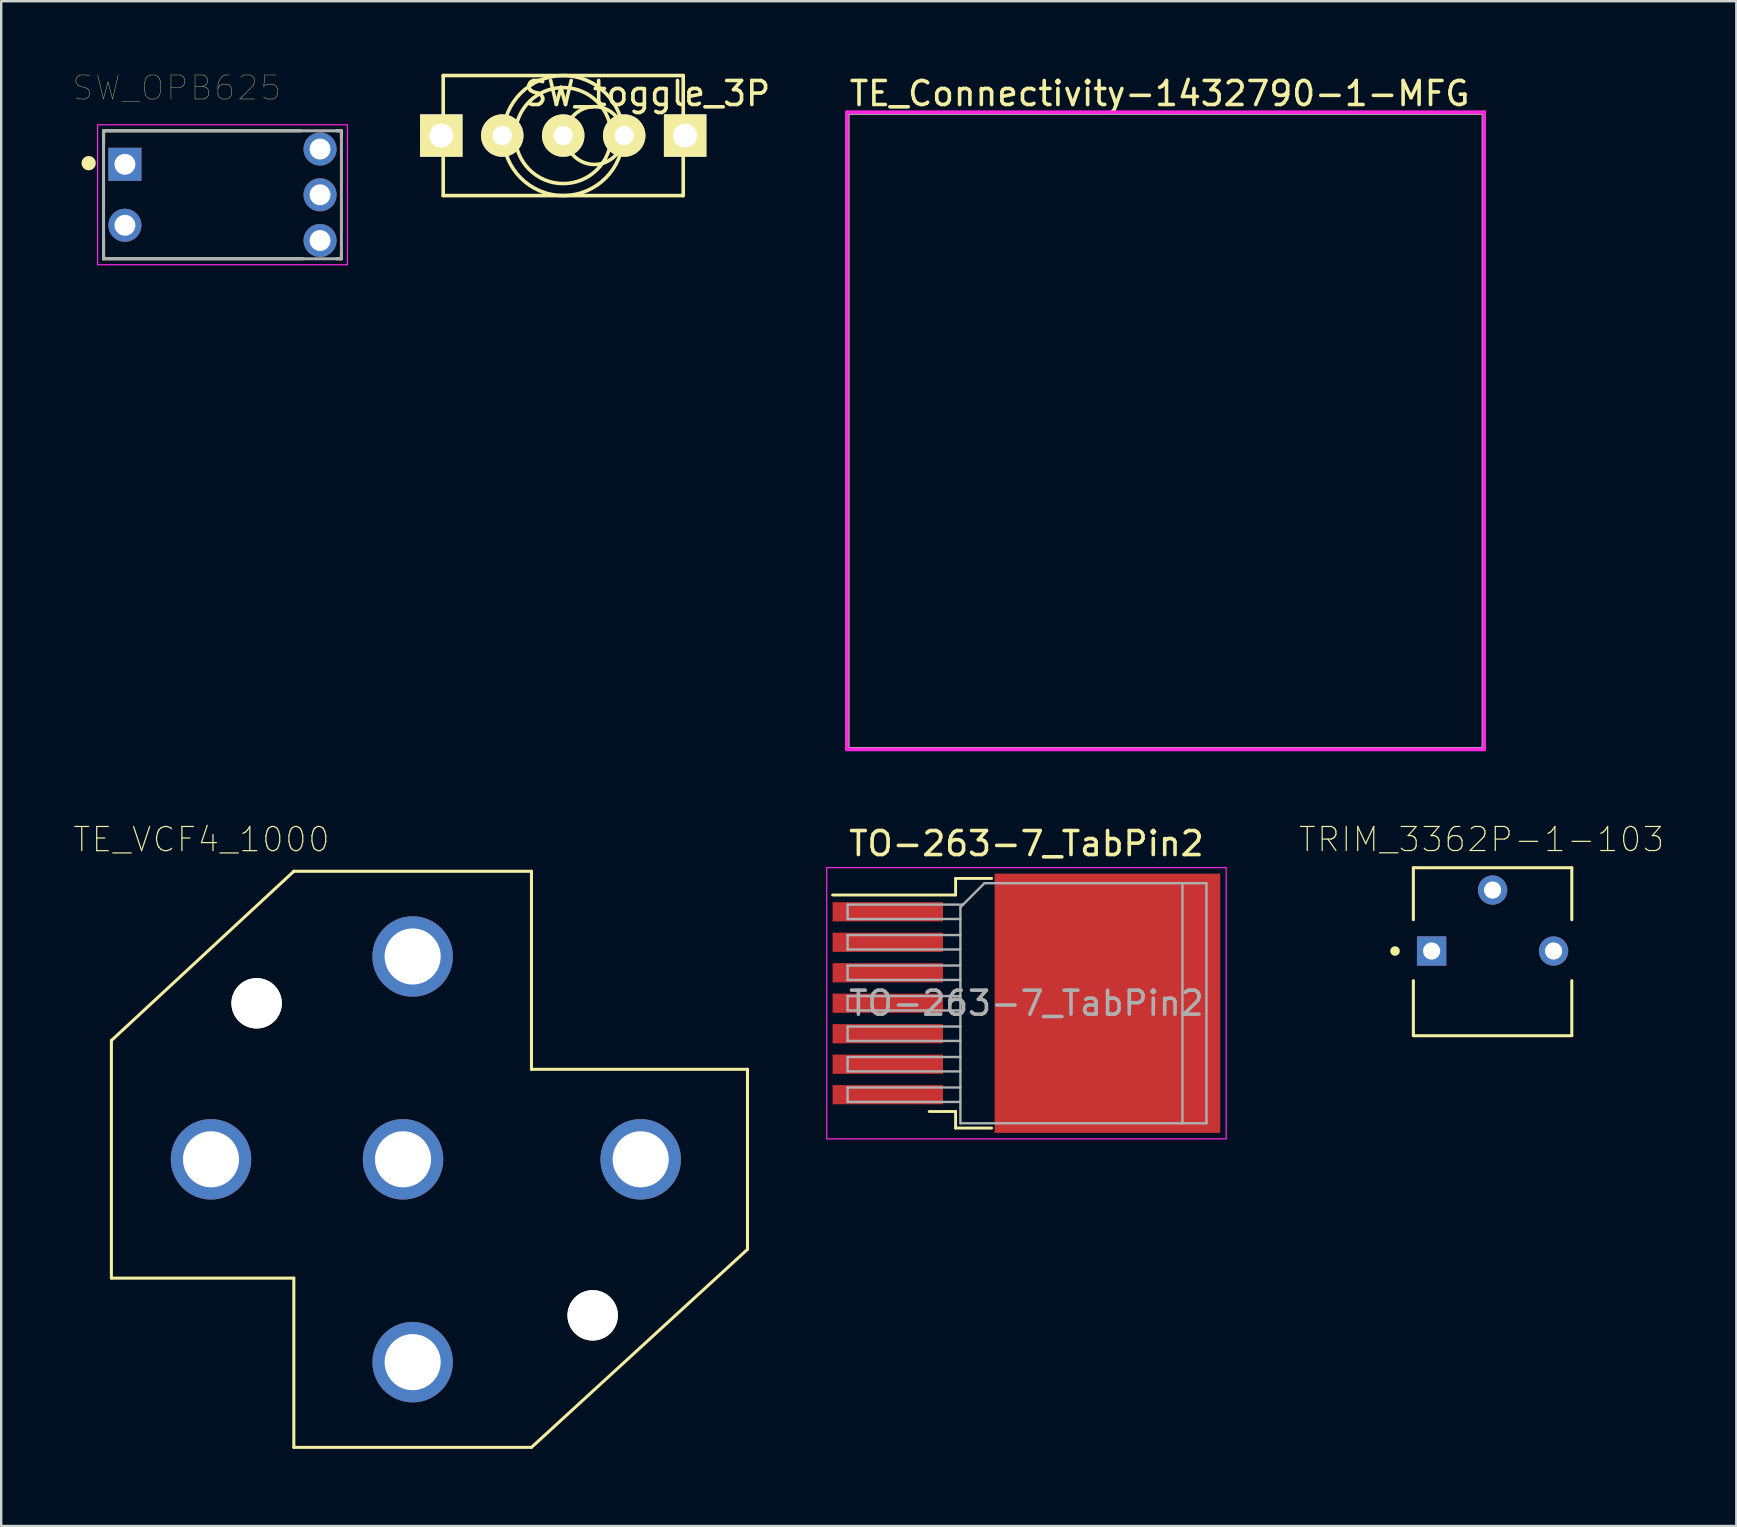
<source format=kicad_pcb>
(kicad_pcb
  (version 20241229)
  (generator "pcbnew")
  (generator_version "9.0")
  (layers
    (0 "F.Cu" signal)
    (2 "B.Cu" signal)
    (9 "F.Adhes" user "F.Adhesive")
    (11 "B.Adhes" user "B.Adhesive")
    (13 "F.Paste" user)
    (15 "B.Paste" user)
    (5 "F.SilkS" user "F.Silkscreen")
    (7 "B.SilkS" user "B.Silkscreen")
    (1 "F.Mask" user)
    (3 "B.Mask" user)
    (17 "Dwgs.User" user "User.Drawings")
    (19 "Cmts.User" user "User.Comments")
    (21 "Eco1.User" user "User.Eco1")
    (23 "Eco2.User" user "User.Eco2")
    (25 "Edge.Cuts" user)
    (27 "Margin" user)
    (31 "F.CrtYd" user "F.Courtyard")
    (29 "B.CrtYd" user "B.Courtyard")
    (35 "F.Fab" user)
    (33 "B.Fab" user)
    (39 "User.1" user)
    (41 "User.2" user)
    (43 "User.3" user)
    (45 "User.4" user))
  (footprint "TE_VCF4_1000"
    (layer "F.Cu")
    (at 14.141 45.248)
    (property "Reference" "TE_VCF4_1000" (at -8.798 -13.323 0) (layer "F.SilkS") (effects (font (size 1.007 1.007) (thickness 0.05))))
    (attr through_hole)
    (fp_line (start -12.55 -4.95) (end -4.95 -12) (stroke (width 0.127) (type solid)) (layer "F.SilkS"))
    (fp_line (start -12.55 4.95) (end -12.55 -4.95) (stroke (width 0.127) (type solid)) (layer "F.SilkS"))
    (fp_line (start -4.95 -12) (end 4.95 -12) (stroke (width 0.127) (type solid)) (layer "F.SilkS"))
    (fp_line (start -4.95 4.95) (end -12.55 4.95) (stroke (width 0.127) (type solid)) (layer "F.SilkS"))
    (fp_line (start -4.95 12) (end -4.95 4.95) (stroke (width 0.127) (type solid)) (layer "F.SilkS"))
    (fp_line (start 4.95 -12) (end 4.95 -3.75) (stroke (width 0.127) (type solid)) (layer "F.SilkS"))
    (fp_line (start 4.95 -3.75) (end 13.95 -3.75) (stroke (width 0.127) (type solid)) (layer "F.SilkS"))
    (fp_line (start 4.95 12) (end -4.95 12) (stroke (width 0.127) (type solid)) (layer "F.SilkS"))
    (fp_line (start 4.95 12) (end 13.95 3.75) (stroke (width 0.127) (type solid)) (layer "F.SilkS"))
    (fp_line (start 13.95 -3.75) (end 13.95 3.75) (stroke (width 0.127) (type solid)) (layer "F.SilkS"))
    (fp_line (start -12.8 -12.25) (end 14.2 -12.25) (stroke (width 0.05) (type solid)) (layer "Eco1.User"))
    (fp_line (start -12.8 12.25) (end -12.8 -12.25) (stroke (width 0.05) (type solid)) (layer "Eco1.User"))
    (fp_line (start 14.2 -12.25) (end 14.2 12.25) (stroke (width 0.05) (type solid)) (layer "Eco1.User"))
    (fp_line (start 14.2 12.25) (end -12.8 12.25) (stroke (width 0.05) (type solid)) (layer "Eco1.User"))
    (fp_line (start -12.55 -4.95) (end -4.95 -12) (stroke (width 0.127) (type solid)) (layer "Eco2.User"))
    (fp_line (start -12.55 4.95) (end -12.55 -4.95) (stroke (width 0.127) (type solid)) (layer "Eco2.User"))
    (fp_line (start -4.95 -12) (end 4.95 -12) (stroke (width 0.127) (type solid)) (layer "Eco2.User"))
    (fp_line (start -4.95 4.95) (end -12.55 4.95) (stroke (width 0.127) (type solid)) (layer "Eco2.User"))
    (fp_line (start -4.95 12) (end -4.95 4.95) (stroke (width 0.127) (type solid)) (layer "Eco2.User"))
    (fp_line (start 4.95 -12) (end 4.95 -3.75) (stroke (width 0.127) (type solid)) (layer "Eco2.User"))
    (fp_line (start 4.95 -3.75) (end 13.95 -3.75) (stroke (width 0.127) (type solid)) (layer "Eco2.User"))
    (fp_line (start 4.95 12) (end -4.95 12) (stroke (width 0.127) (type solid)) (layer "Eco2.User"))
    (fp_line (start 4.95 12) (end 13.95 3.75) (stroke (width 0.127) (type solid)) (layer "Eco2.User"))
    (fp_line (start 13.95 -3.75) (end 13.95 3.75) (stroke (width 0.127) (type solid)) (layer "Eco2.User"))
    (pad "" np_thru_hole circle (at -6.5 -6.5) (size 2.1 2.1) (drill 2.1) (layers "*.Cu" "*.Mask" "F.SilkS"))
    (pad "" np_thru_hole circle (at 7.5 6.5) (size 2.1 2.1) (drill 2.1) (layers "*.Cu" "*.Mask" "F.SilkS"))
    (pad "30" thru_hole circle (at 9.5 0) (size 3.353 3.353) (drill 2.337) (layers "*.Cu" "*.Mask"))
    (pad "85" thru_hole circle (at 0 8.45) (size 3.353 3.353) (drill 2.337) (layers "*.Cu" "*.Mask"))
    (pad "86" thru_hole circle (at 0 -8.45) (size 3.353 3.353) (drill 2.337) (layers "*.Cu" "*.Mask"))
    (pad "87" thru_hole circle (at -8.4 0) (size 3.353 3.353) (drill 2.337) (layers "*.Cu" "*.Mask"))
    (pad "87A" thru_hole circle (at -0.4 0) (size 3.353 3.353) (drill 2.337) (layers "*.Cu" "*.Mask")))
  (footprint "TRIM_3362P-1-103"
    (layer "F.Cu")
    (at 59.132 36.57)
    (property "Reference" "TRIM_3362P-1-103" (at -0.461 -4.648 0) (layer "F.SilkS") (effects (font (size 1.003 1.003) (thickness 0.05))))
    (attr through_hole)
    (fp_line (start -3.3 -3.47) (end 3.3 -3.47) (stroke (width 0.127) (type solid)) (layer "F.SilkS"))
    (fp_line (start -3.3 -1.305) (end -3.3 -3.47) (stroke (width 0.127) (type solid)) (layer "F.SilkS"))
    (fp_line (start -3.3 3.52) (end -3.3 1.235) (stroke (width 0.127) (type solid)) (layer "F.SilkS"))
    (fp_line (start 3.3 -3.47) (end 3.3 -1.305) (stroke (width 0.127) (type solid)) (layer "F.SilkS"))
    (fp_line (start 3.3 1.235) (end 3.3 3.52) (stroke (width 0.127) (type solid)) (layer "F.SilkS"))
    (fp_line (start 3.3 3.53) (end -3.3 3.53) (stroke (width 0.127) (type solid)) (layer "F.SilkS"))
    (fp_circle (center -4.064 0) (end -3.964 0) (stroke (width 0.2) (type solid)) (fill no) (layer "F.SilkS"))
    (fp_line (start -3.55 -3.72) (end 3.55 -3.72) (stroke (width 0.05) (type solid)) (layer "Eco1.User"))
    (fp_line (start -3.55 3.78) (end -3.55 -3.72) (stroke (width 0.05) (type solid)) (layer "Eco1.User"))
    (fp_line (start 3.55 -3.72) (end 3.55 3.78) (stroke (width 0.05) (type solid)) (layer "Eco1.User"))
    (fp_line (start 3.55 3.78) (end -3.55 3.78) (stroke (width 0.05) (type solid)) (layer "Eco1.User"))
    (fp_line (start -3.3 -3.47) (end 3.3 -3.47) (stroke (width 0.127) (type solid)) (layer "Eco2.User"))
    (fp_line (start -3.3 3.53) (end -3.3 -3.47) (stroke (width 0.127) (type solid)) (layer "Eco2.User"))
    (fp_line (start 3.3 -3.47) (end 3.3 3.53) (stroke (width 0.127) (type solid)) (layer "Eco2.User"))
    (fp_line (start 3.3 3.53) (end -3.3 3.53) (stroke (width 0.127) (type solid)) (layer "Eco2.User"))
    (pad "1" thru_hole rect (at -2.54 0 180) (size 1.222 1.222) (drill 0.714) (layers "*.Cu" "*.Mask"))
    (pad "2" thru_hole circle (at 0 -2.54 180) (size 1.222 1.222) (drill 0.714) (layers "*.Cu" "*.Mask"))
    (pad "3" thru_hole circle (at 2.54 0 180) (size 1.222 1.222) (drill 0.714) (layers "*.Cu" "*.Mask")))
  (footprint "TO-263-7_TabPin2"
    (layer "F.Cu")
    (at 39.711 38.746)
    (property "Reference" "TO-263-7_TabPin2" (at 0 -6.65 0) (layer "F.SilkS") (effects (font (size 1 1) (thickness 0.15))))
    (attr smd)
    (fp_line (start -2.95 -5.2) (end -2.95 -4.51) (stroke (width 0.12) (type solid)) (layer "F.SilkS"))
    (fp_line (start -2.95 -4.51) (end -8.075 -4.51) (stroke (width 0.12) (type solid)) (layer "F.SilkS"))
    (fp_line (start -2.95 4.51) (end -4.05 4.51) (stroke (width 0.12) (type solid)) (layer "F.SilkS"))
    (fp_line (start -2.95 5.2) (end -2.95 4.51) (stroke (width 0.12) (type solid)) (layer "F.SilkS"))
    (fp_line (start -1.45 -5.2) (end -2.95 -5.2) (stroke (width 0.12) (type solid)) (layer "F.SilkS"))
    (fp_line (start -1.45 5.2) (end -2.95 5.2) (stroke (width 0.12) (type solid)) (layer "F.SilkS"))
    (fp_line (start -8.32 -5.65) (end -8.32 5.65) (stroke (width 0.05) (type solid)) (layer "F.CrtYd"))
    (fp_line (start -8.32 5.65) (end 8.32 5.65) (stroke (width 0.05) (type solid)) (layer "F.CrtYd"))
    (fp_line (start 8.32 -5.65) (end -8.32 -5.65) (stroke (width 0.05) (type solid)) (layer "F.CrtYd"))
    (fp_line (start 8.32 5.65) (end 8.32 -5.65) (stroke (width 0.05) (type solid)) (layer "F.CrtYd"))
    (fp_line (start -7.45 -4.11) (end -7.45 -3.51) (stroke (width 0.1) (type solid)) (layer "F.Fab"))
    (fp_line (start -7.45 -3.51) (end -2.75 -3.51) (stroke (width 0.1) (type solid)) (layer "F.Fab"))
    (fp_line (start -7.45 -2.84) (end -7.45 -2.24) (stroke (width 0.1) (type solid)) (layer "F.Fab"))
    (fp_line (start -7.45 -2.24) (end -2.75 -2.24) (stroke (width 0.1) (type solid)) (layer "F.Fab"))
    (fp_line (start -7.45 -1.57) (end -7.45 -0.97) (stroke (width 0.1) (type solid)) (layer "F.Fab"))
    (fp_line (start -7.45 -0.97) (end -2.75 -0.97) (stroke (width 0.1) (type solid)) (layer "F.Fab"))
    (fp_line (start -7.45 -0.3) (end -7.45 0.3) (stroke (width 0.1) (type solid)) (layer "F.Fab"))
    (fp_line (start -7.45 0.3) (end -2.75 0.3) (stroke (width 0.1) (type solid)) (layer "F.Fab"))
    (fp_line (start -7.45 0.97) (end -7.45 1.57) (stroke (width 0.1) (type solid)) (layer "F.Fab"))
    (fp_line (start -7.45 1.57) (end -2.75 1.57) (stroke (width 0.1) (type solid)) (layer "F.Fab"))
    (fp_line (start -7.45 2.24) (end -7.45 2.84) (stroke (width 0.1) (type solid)) (layer "F.Fab"))
    (fp_line (start -7.45 2.84) (end -2.75 2.84) (stroke (width 0.1) (type solid)) (layer "F.Fab"))
    (fp_line (start -7.45 3.51) (end -7.45 4.11) (stroke (width 0.1) (type solid)) (layer "F.Fab"))
    (fp_line (start -7.45 4.11) (end -2.75 4.11) (stroke (width 0.1) (type solid)) (layer "F.Fab"))
    (fp_line (start -2.75 -4) (end -1.75 -5) (stroke (width 0.1) (type solid)) (layer "F.Fab"))
    (fp_line (start -2.75 -2.84) (end -7.45 -2.84) (stroke (width 0.1) (type solid)) (layer "F.Fab"))
    (fp_line (start -2.75 -1.57) (end -7.45 -1.57) (stroke (width 0.1) (type solid)) (layer "F.Fab"))
    (fp_line (start -2.75 -0.3) (end -7.45 -0.3) (stroke (width 0.1) (type solid)) (layer "F.Fab"))
    (fp_line (start -2.75 0.97) (end -7.45 0.97) (stroke (width 0.1) (type solid)) (layer "F.Fab"))
    (fp_line (start -2.75 2.24) (end -7.45 2.24) (stroke (width 0.1) (type solid)) (layer "F.Fab"))
    (fp_line (start -2.75 3.51) (end -7.45 3.51) (stroke (width 0.1) (type solid)) (layer "F.Fab"))
    (fp_line (start -2.75 5) (end -2.75 -4) (stroke (width 0.1) (type solid)) (layer "F.Fab"))
    (fp_line (start -2.64 -4.11) (end -7.45 -4.11) (stroke (width 0.1) (type solid)) (layer "F.Fab"))
    (fp_line (start -1.75 -5) (end 6.5 -5) (stroke (width 0.1) (type solid)) (layer "F.Fab"))
    (fp_line (start 6.5 -5) (end 6.5 5) (stroke (width 0.1) (type solid)) (layer "F.Fab"))
    (fp_line (start 6.5 -5) (end 7.5 -5) (stroke (width 0.1) (type solid)) (layer "F.Fab"))
    (fp_line (start 6.5 5) (end -2.75 5) (stroke (width 0.1) (type solid)) (layer "F.Fab"))
    (fp_line (start 7.5 -5) (end 7.5 5) (stroke (width 0.1) (type solid)) (layer "F.Fab"))
    (fp_line (start 7.5 5) (end 6.5 5) (stroke (width 0.1) (type solid)) (layer "F.Fab"))
    (fp_text user "${REFERENCE}" (at 0 0 0) (layer "F.Fab") (effects (font (size 1 1) (thickness 0.15))))
    (pad "" smd rect (at 0.95 -2.775) (size 4.55 5.25) (layers "F.Paste"))
    (pad "" smd rect (at 0.95 2.775) (size 4.55 5.25) (layers "F.Paste"))
    (pad "" smd rect (at 5.8 -2.775) (size 4.55 5.25) (layers "F.Paste"))
    (pad "" smd rect (at 5.8 2.775) (size 4.55 5.25) (layers "F.Paste"))
    (pad "1" smd rect (at -5.775 -3.81) (size 4.6 0.8) (layers "F.Cu" "F.Mask" "F.Paste"))
    (pad "2" smd rect (at 3.375 0) (size 9.4 10.8) (layers "F.Cu" "F.Mask"))
    (pad "3" smd rect (at -5.775 -2.54) (size 4.6 0.8) (layers "F.Cu" "F.Mask" "F.Paste"))
    (pad "3" smd rect (at -5.775 -1.27) (size 4.6 0.8) (layers "F.Cu" "F.Mask" "F.Paste"))
    (pad "3" smd rect (at -5.775 0) (size 4.6 0.8) (layers "F.Cu" "F.Mask" "F.Paste"))
    (pad "3" smd rect (at -5.775 1.27) (size 4.6 0.8) (layers "F.Cu" "F.Mask" "F.Paste"))
    (pad "3" smd rect (at -5.775 2.54) (size 4.6 0.8) (layers "F.Cu" "F.Mask" "F.Paste"))
    (pad "3" smd rect (at -5.775 3.81) (size 4.6 0.8) (layers "F.Cu" "F.Mask" "F.Paste")))
  (footprint "TE_Connectivity-1432790-1-MFG"
    (layer "F.Cu")
    (at 45.508 14.898)
    (property "Reference" "TE_Connectivity-1432790-1-MFG" (at -13.25 -14.05 0) (layer "F.SilkS") (effects (font (size 1 1) (thickness 0.15)) (justify left)))
    (attr through_hole)
    (fp_line (start -13.25 -13.25) (end 13.25 -13.25) (stroke (width 0.15) (type solid)) (layer "F.SilkS"))
    (fp_line (start -13.25 13.25) (end -13.25 -13.25) (stroke (width 0.15) (type solid)) (layer "F.SilkS"))
    (fp_line (start -13.25 13.25) (end 13.25 13.25) (stroke (width 0.15) (type solid)) (layer "F.SilkS"))
    (fp_line (start 13.25 13.25) (end 13.25 -13.25) (stroke (width 0.15) (type solid)) (layer "F.SilkS"))
    (fp_line (start -13.275 -13.275) (end -13.275 13.275) (stroke (width 0.15) (type solid)) (layer "F.CrtYd"))
    (fp_line (start -13.275 13.275) (end 13.275 13.275) (stroke (width 0.15) (type solid)) (layer "F.CrtYd"))
    (fp_line (start 13.275 -13.275) (end -13.275 -13.275) (stroke (width 0.15) (type solid)) (layer "F.CrtYd"))
    (fp_line (start 13.275 -13.275) (end 13.275 -13.275) (stroke (width 0.15) (type solid)) (layer "F.CrtYd"))
    (fp_line (start 13.275 13.275) (end 13.275 -13.275) (stroke (width 0.15) (type solid)) (layer "F.CrtYd"))
    (fp_line (start -13.25 -13.25) (end 13.25 -13.25) (stroke (width 0.15) (type solid)) (layer "F.Fab"))
    (fp_line (start -13.25 13.25) (end -13.25 -13.25) (stroke (width 0.15) (type solid)) (layer "F.Fab"))
    (fp_line (start 13.25 -13.25) (end 13.25 13.25) (stroke (width 0.15) (type solid)) (layer "F.Fab"))
    (fp_line (start 13.25 13.25) (end -13.25 13.25) (stroke (width 0.15) (type solid)) (layer "F.Fab")))
  (footprint "SW_toggle_3P"
    (placed yes)
    (layer "F.Cu")
    (at 20.414 2.598)
    (property "Reference" "SW_toggle_3P" (at 3.5 -1.75 0) (layer "F.SilkS") (effects (font (size 1 1) (thickness 0.15))))
    (attr through_hole)
    (fp_line (start -5 -2.5) (end -5 2.5) (stroke (width 0.15) (type solid)) (layer "F.SilkS"))
    (fp_line (start -5 2.5) (end 5 2.5) (stroke (width 0.15) (type solid)) (layer "F.SilkS"))
    (fp_line (start 5 -2.5) (end -5 -2.5) (stroke (width 0.15) (type solid)) (layer "F.SilkS"))
    (fp_line (start 5 2.5) (end 5 -2.5) (stroke (width 0.15) (type solid)) (layer "F.SilkS"))
    (fp_circle (center 0 0) (end 0 -2.5) (stroke (width 0.15) (type solid)) (fill no) (layer "F.SilkS"))
    (fp_circle (center 0 0) (end 2 0) (stroke (width 0.15) (type solid)) (fill no) (layer "F.SilkS"))
    (fp_circle (center 1.3 0) (end 2.5 -0.1) (stroke (width 0.15) (type solid)) (fill no) (layer "F.SilkS"))
    (pad "1" thru_hole circle (at -2.54 0) (size 1.77 1.77) (drill 0.8) (layers "*.Cu" "*.Mask" "F.SilkS"))
    (pad "2" thru_hole circle (at 0 0) (size 1.77 1.77) (drill 0.8) (layers "*.Cu" "*.Mask" "F.SilkS"))
    (pad "3" thru_hole circle (at 2.54 0) (size 1.77 1.77) (drill 0.8) (layers "*.Cu" "*.Mask" "F.SilkS"))
    (pad "4" thru_hole rect (at 5.08 0) (size 1.77 1.77) (drill 1) (layers "*.Cu" "*.Mask" "F.SilkS"))
    (pad "5" thru_hole rect (at -5.08 0) (size 1.77 1.77) (drill 1) (layers "*.Cu" "*.Mask" "F.SilkS")))
  (footprint "SW_OPB625"
    (layer "F.Cu")
    (at 6.219 5.065)
    (property "Reference" "SW_OPB625" (at -1.908 -4.453 0) (layer "F.SilkS") (effects (font (size 1.002 1.002) (thickness 0.015))))
    (attr through_hole)
    (fp_line (start -4.955 -2.665) (end -4.955 -2.1) (stroke (width 0.127) (type solid)) (layer "F.SilkS"))
    (fp_line (start -4.955 -2.665) (end 3.25 -2.665) (stroke (width 0.127) (type solid)) (layer "F.SilkS"))
    (fp_line (start -4.955 2.665) (end -4.955 1.9) (stroke (width 0.127) (type solid)) (layer "F.SilkS"))
    (fp_line (start 3.35 2.665) (end -4.955 2.665) (stroke (width 0.127) (type solid)) (layer "F.SilkS"))
    (fp_line (start 4.75 -2.665) (end 4.955 -2.665) (stroke (width 0.127) (type solid)) (layer "F.SilkS"))
    (fp_line (start 4.955 -2.665) (end 4.955 -2.4) (stroke (width 0.127) (type solid)) (layer "F.SilkS"))
    (fp_line (start 4.955 2.665) (end 4.75 2.665) (stroke (width 0.127) (type solid)) (layer "F.SilkS"))
    (fp_line (start 4.955 2.665) (end 4.955 2.4) (stroke (width 0.127) (type solid)) (layer "F.SilkS"))
    (fp_circle (center -5.576 -1.317) (end -5.426 -1.317) (stroke (width 0.3) (type solid)) (fill no) (layer "F.SilkS"))
    (fp_line (start -5.205 -2.915) (end 5.205 -2.915) (stroke (width 0.05) (type solid)) (layer "F.CrtYd"))
    (fp_line (start -5.205 2.915) (end -5.205 -2.915) (stroke (width 0.05) (type solid)) (layer "F.CrtYd"))
    (fp_line (start 5.205 -2.915) (end 5.205 2.915) (stroke (width 0.05) (type solid)) (layer "F.CrtYd"))
    (fp_line (start 5.205 2.915) (end -5.205 2.915) (stroke (width 0.05) (type solid)) (layer "F.CrtYd"))
    (fp_line (start -4.955 -2.665) (end 4.955 -2.665) (stroke (width 0.127) (type solid)) (layer "F.Fab"))
    (fp_line (start -4.955 2.665) (end -4.955 -2.665) (stroke (width 0.127) (type solid)) (layer "F.Fab"))
    (fp_line (start 4.955 -2.665) (end 4.955 2.665) (stroke (width 0.127) (type solid)) (layer "F.Fab"))
    (fp_line (start 4.955 2.665) (end -4.955 2.665) (stroke (width 0.127) (type solid)) (layer "F.Fab"))
    (pad "1" thru_hole rect (at -4.065 -1.27) (size 1.378 1.378) (drill 0.87) (layers "*.Cu" "*.Mask"))
    (pad "2" thru_hole circle (at -4.065 1.27) (size 1.378 1.378) (drill 0.87) (layers "*.Cu" "*.Mask"))
    (pad "3" thru_hole circle (at 4.065 1.905) (size 1.378 1.378) (drill 0.87) (layers "*.Cu" "*.Mask"))
    (pad "4" thru_hole circle (at 4.065 0) (size 1.378 1.378) (drill 0.87) (layers "*.Cu" "*.Mask"))
    (pad "5" thru_hole circle (at 4.065 -1.905) (size 1.378 1.378) (drill 0.87) (layers "*.Cu" "*.Mask")))
  (gr_rect
    (start -3 -3)
    (end 69.286 60.523)
    (stroke (width 0.1) (type default))
    (fill no)
    (layer "Edge.Cuts")))
</source>
